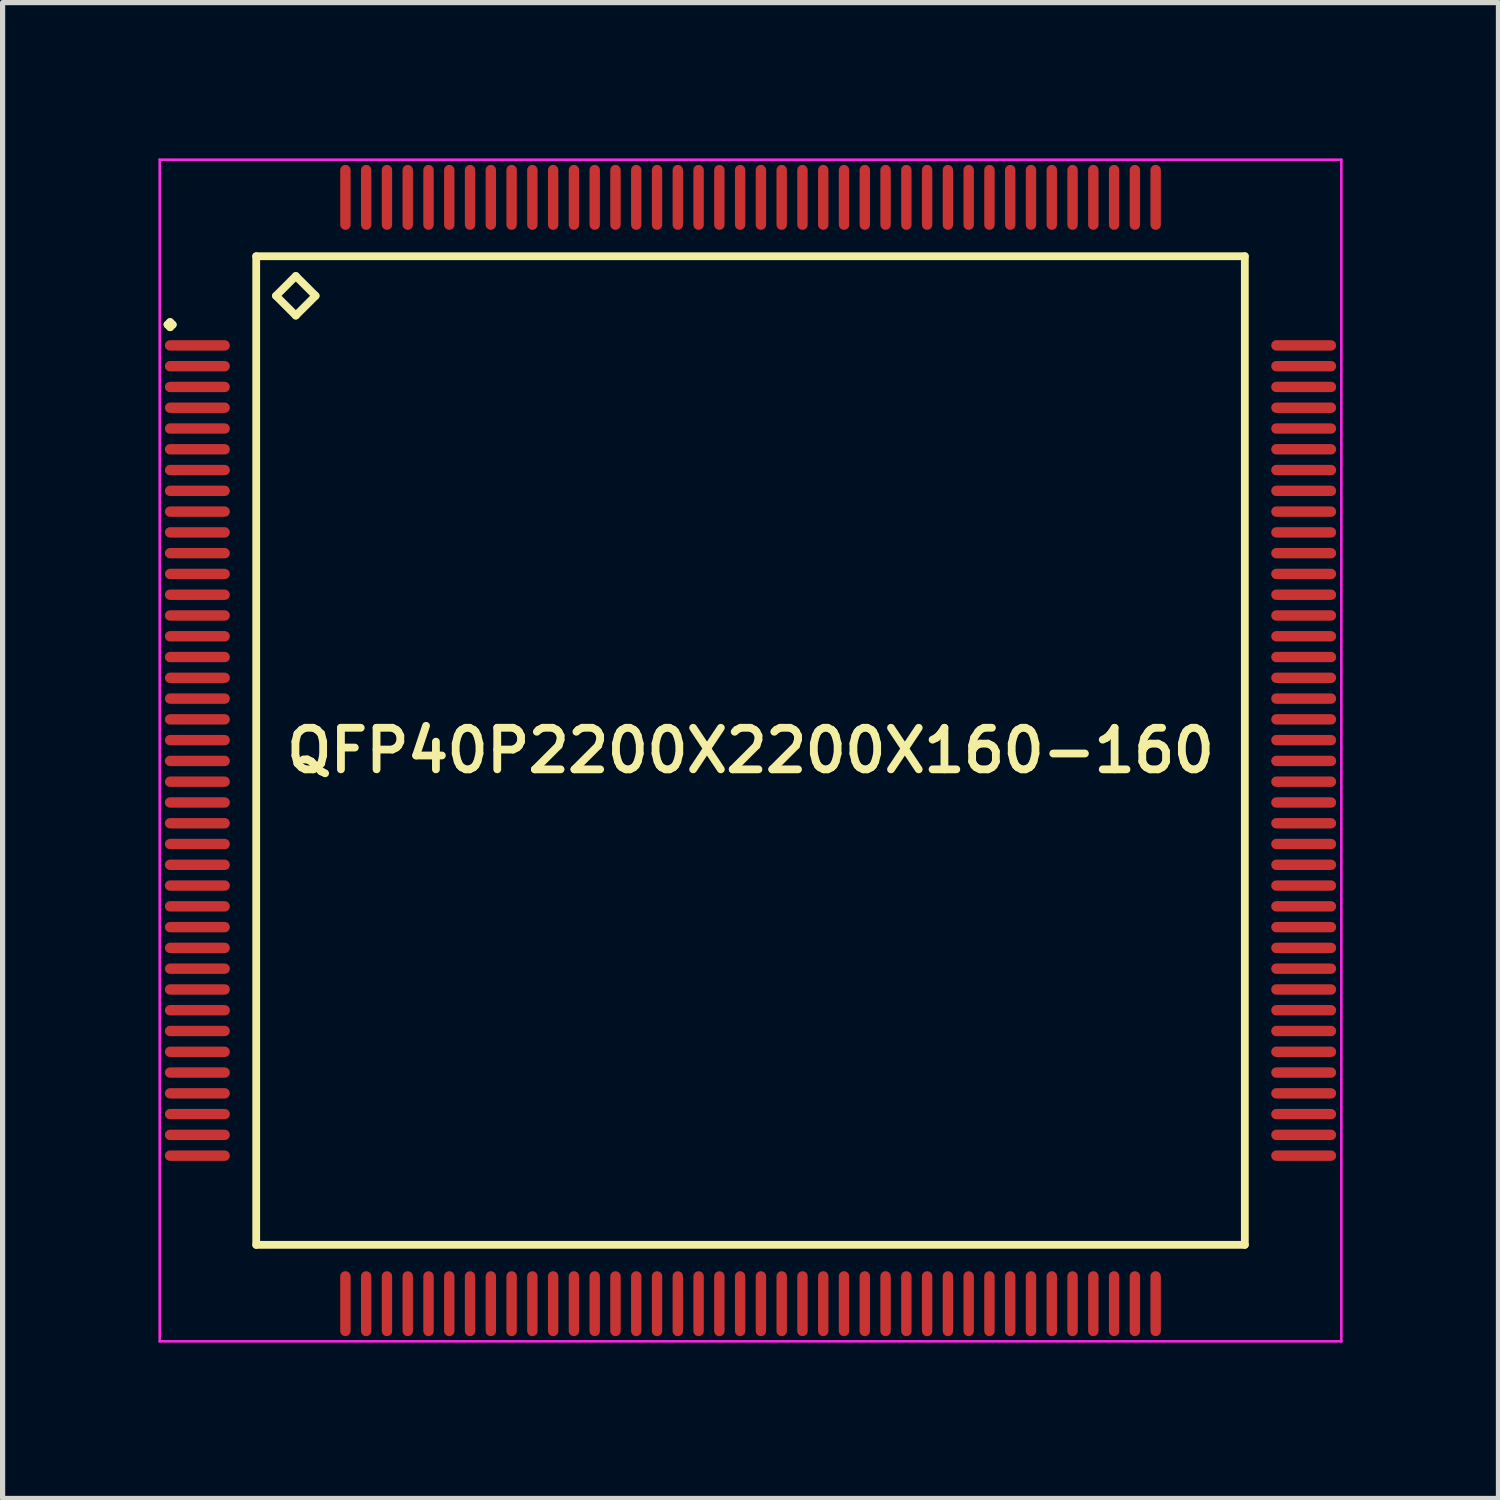
<source format=kicad_pcb>
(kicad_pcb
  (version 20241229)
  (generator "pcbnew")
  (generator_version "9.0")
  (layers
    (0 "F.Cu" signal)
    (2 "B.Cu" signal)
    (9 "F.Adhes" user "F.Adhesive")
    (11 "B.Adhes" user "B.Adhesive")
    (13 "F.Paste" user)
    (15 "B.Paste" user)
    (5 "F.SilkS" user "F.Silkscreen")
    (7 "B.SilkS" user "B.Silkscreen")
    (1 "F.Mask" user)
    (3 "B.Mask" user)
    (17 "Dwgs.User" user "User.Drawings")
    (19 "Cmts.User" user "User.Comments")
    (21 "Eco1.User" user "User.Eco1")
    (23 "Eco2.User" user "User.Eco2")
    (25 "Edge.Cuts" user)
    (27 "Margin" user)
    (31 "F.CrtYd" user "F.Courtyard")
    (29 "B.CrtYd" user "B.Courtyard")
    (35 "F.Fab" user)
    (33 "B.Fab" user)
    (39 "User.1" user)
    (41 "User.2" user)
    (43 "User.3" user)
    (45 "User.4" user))
  (footprint "QFP40P2200X2200X160-160"
    (layer "F.Cu")
    (at 11.4 11.4)
    (property "Reference" "QFP40P2200X2200X160-160" (at 0 0 0) (layer "F.SilkS") (effects (font (size 0.8 0.8) (thickness 0.15))))
    (attr smd)
    (fp_line (start -11.225 -8.2) (end -11.175 -8.25) (stroke (width 0.15) (type solid)) (layer "F.SilkS"))
    (fp_line (start -11.175 -8.25) (end -11.125 -8.2) (stroke (width 0.15) (type solid)) (layer "F.SilkS"))
    (fp_line (start -11.175 -8.15) (end -11.225 -8.2) (stroke (width 0.15) (type solid)) (layer "F.SilkS"))
    (fp_line (start -11.125 -8.2) (end -11.175 -8.15) (stroke (width 0.15) (type solid)) (layer "F.SilkS"))
    (fp_line (start -9.517 -9.517) (end -9.517 9.517) (stroke (width 0.15) (type solid)) (layer "F.SilkS"))
    (fp_line (start -9.517 9.517) (end 9.517 9.517) (stroke (width 0.15) (type solid)) (layer "F.SilkS"))
    (fp_line (start -9.136 -8.755) (end -8.755 -9.136) (stroke (width 0.15) (type solid)) (layer "F.SilkS"))
    (fp_line (start -8.755 -9.136) (end -8.374 -8.755) (stroke (width 0.15) (type solid)) (layer "F.SilkS"))
    (fp_line (start -8.755 -8.374) (end -9.136 -8.755) (stroke (width 0.15) (type solid)) (layer "F.SilkS"))
    (fp_line (start -8.374 -8.755) (end -8.755 -8.374) (stroke (width 0.15) (type solid)) (layer "F.SilkS"))
    (fp_line (start 9.517 -9.517) (end -9.517 -9.517) (stroke (width 0.15) (type solid)) (layer "F.SilkS"))
    (fp_line (start 9.517 9.517) (end 9.517 -9.517) (stroke (width 0.15) (type solid)) (layer "F.SilkS"))
    (fp_line (start -11.375 -11.375) (end 11.375 -11.375) (stroke (width 0.05) (type solid)) (layer "F.CrtYd"))
    (fp_line (start -11.375 11.375) (end -11.375 -11.375) (stroke (width 0.05) (type solid)) (layer "F.CrtYd"))
    (fp_line (start 11.375 -11.375) (end 11.375 11.375) (stroke (width 0.05) (type solid)) (layer "F.CrtYd"))
    (fp_line (start 11.375 11.375) (end -11.375 11.375) (stroke (width 0.05) (type solid)) (layer "F.CrtYd"))
    (pad "1" smd oval (at -10.65 -7.8) (size 1.25 0.2) (layers "F.Cu" "F.Mask" "F.Paste"))
    (pad "2" smd oval (at -10.65 -7.4) (size 1.25 0.2) (layers "F.Cu" "F.Mask" "F.Paste"))
    (pad "3" smd oval (at -10.65 -7) (size 1.25 0.2) (layers "F.Cu" "F.Mask" "F.Paste"))
    (pad "4" smd oval (at -10.65 -6.6) (size 1.25 0.2) (layers "F.Cu" "F.Mask" "F.Paste"))
    (pad "5" smd oval (at -10.65 -6.2) (size 1.25 0.2) (layers "F.Cu" "F.Mask" "F.Paste"))
    (pad "6" smd oval (at -10.65 -5.8) (size 1.25 0.2) (layers "F.Cu" "F.Mask" "F.Paste"))
    (pad "7" smd oval (at -10.65 -5.4) (size 1.25 0.2) (layers "F.Cu" "F.Mask" "F.Paste"))
    (pad "8" smd oval (at -10.65 -5) (size 1.25 0.2) (layers "F.Cu" "F.Mask" "F.Paste"))
    (pad "9" smd oval (at -10.65 -4.6) (size 1.25 0.2) (layers "F.Cu" "F.Mask" "F.Paste"))
    (pad "10" smd oval (at -10.65 -4.2) (size 1.25 0.2) (layers "F.Cu" "F.Mask" "F.Paste"))
    (pad "11" smd oval (at -10.65 -3.8) (size 1.25 0.2) (layers "F.Cu" "F.Mask" "F.Paste"))
    (pad "12" smd oval (at -10.65 -3.4) (size 1.25 0.2) (layers "F.Cu" "F.Mask" "F.Paste"))
    (pad "13" smd oval (at -10.65 -3) (size 1.25 0.2) (layers "F.Cu" "F.Mask" "F.Paste"))
    (pad "14" smd oval (at -10.65 -2.6) (size 1.25 0.2) (layers "F.Cu" "F.Mask" "F.Paste"))
    (pad "15" smd oval (at -10.65 -2.2) (size 1.25 0.2) (layers "F.Cu" "F.Mask" "F.Paste"))
    (pad "16" smd oval (at -10.65 -1.8) (size 1.25 0.2) (layers "F.Cu" "F.Mask" "F.Paste"))
    (pad "17" smd oval (at -10.65 -1.4) (size 1.25 0.2) (layers "F.Cu" "F.Mask" "F.Paste"))
    (pad "18" smd oval (at -10.65 -1) (size 1.25 0.2) (layers "F.Cu" "F.Mask" "F.Paste"))
    (pad "19" smd oval (at -10.65 -0.6) (size 1.25 0.2) (layers "F.Cu" "F.Mask" "F.Paste"))
    (pad "20" smd oval (at -10.65 -0.2) (size 1.25 0.2) (layers "F.Cu" "F.Mask" "F.Paste"))
    (pad "21" smd oval (at -10.65 0.2) (size 1.25 0.2) (layers "F.Cu" "F.Mask" "F.Paste"))
    (pad "22" smd oval (at -10.65 0.6) (size 1.25 0.2) (layers "F.Cu" "F.Mask" "F.Paste"))
    (pad "23" smd oval (at -10.65 1) (size 1.25 0.2) (layers "F.Cu" "F.Mask" "F.Paste"))
    (pad "24" smd oval (at -10.65 1.4) (size 1.25 0.2) (layers "F.Cu" "F.Mask" "F.Paste"))
    (pad "25" smd oval (at -10.65 1.8) (size 1.25 0.2) (layers "F.Cu" "F.Mask" "F.Paste"))
    (pad "26" smd oval (at -10.65 2.2) (size 1.25 0.2) (layers "F.Cu" "F.Mask" "F.Paste"))
    (pad "27" smd oval (at -10.65 2.6) (size 1.25 0.2) (layers "F.Cu" "F.Mask" "F.Paste"))
    (pad "28" smd oval (at -10.65 3) (size 1.25 0.2) (layers "F.Cu" "F.Mask" "F.Paste"))
    (pad "29" smd oval (at -10.65 3.4) (size 1.25 0.2) (layers "F.Cu" "F.Mask" "F.Paste"))
    (pad "30" smd oval (at -10.65 3.8) (size 1.25 0.2) (layers "F.Cu" "F.Mask" "F.Paste"))
    (pad "31" smd oval (at -10.65 4.2) (size 1.25 0.2) (layers "F.Cu" "F.Mask" "F.Paste"))
    (pad "32" smd oval (at -10.65 4.6) (size 1.25 0.2) (layers "F.Cu" "F.Mask" "F.Paste"))
    (pad "33" smd oval (at -10.65 5) (size 1.25 0.2) (layers "F.Cu" "F.Mask" "F.Paste"))
    (pad "34" smd oval (at -10.65 5.4) (size 1.25 0.2) (layers "F.Cu" "F.Mask" "F.Paste"))
    (pad "35" smd oval (at -10.65 5.8) (size 1.25 0.2) (layers "F.Cu" "F.Mask" "F.Paste"))
    (pad "36" smd oval (at -10.65 6.2) (size 1.25 0.2) (layers "F.Cu" "F.Mask" "F.Paste"))
    (pad "37" smd oval (at -10.65 6.6) (size 1.25 0.2) (layers "F.Cu" "F.Mask" "F.Paste"))
    (pad "38" smd oval (at -10.65 7) (size 1.25 0.2) (layers "F.Cu" "F.Mask" "F.Paste"))
    (pad "39" smd oval (at -10.65 7.4) (size 1.25 0.2) (layers "F.Cu" "F.Mask" "F.Paste"))
    (pad "40" smd oval (at -10.65 7.8) (size 1.25 0.2) (layers "F.Cu" "F.Mask" "F.Paste"))
    (pad "41" smd oval (at -7.8 10.65) (size 0.2 1.25) (layers "F.Cu" "F.Mask" "F.Paste"))
    (pad "42" smd oval (at -7.4 10.65) (size 0.2 1.25) (layers "F.Cu" "F.Mask" "F.Paste"))
    (pad "43" smd oval (at -7 10.65) (size 0.2 1.25) (layers "F.Cu" "F.Mask" "F.Paste"))
    (pad "44" smd oval (at -6.6 10.65) (size 0.2 1.25) (layers "F.Cu" "F.Mask" "F.Paste"))
    (pad "45" smd oval (at -6.2 10.65) (size 0.2 1.25) (layers "F.Cu" "F.Mask" "F.Paste"))
    (pad "46" smd oval (at -5.8 10.65) (size 0.2 1.25) (layers "F.Cu" "F.Mask" "F.Paste"))
    (pad "47" smd oval (at -5.4 10.65) (size 0.2 1.25) (layers "F.Cu" "F.Mask" "F.Paste"))
    (pad "48" smd oval (at -5 10.65) (size 0.2 1.25) (layers "F.Cu" "F.Mask" "F.Paste"))
    (pad "49" smd oval (at -4.6 10.65) (size 0.2 1.25) (layers "F.Cu" "F.Mask" "F.Paste"))
    (pad "50" smd oval (at -4.2 10.65) (size 0.2 1.25) (layers "F.Cu" "F.Mask" "F.Paste"))
    (pad "51" smd oval (at -3.8 10.65) (size 0.2 1.25) (layers "F.Cu" "F.Mask" "F.Paste"))
    (pad "52" smd oval (at -3.4 10.65) (size 0.2 1.25) (layers "F.Cu" "F.Mask" "F.Paste"))
    (pad "53" smd oval (at -3 10.65) (size 0.2 1.25) (layers "F.Cu" "F.Mask" "F.Paste"))
    (pad "54" smd oval (at -2.6 10.65) (size 0.2 1.25) (layers "F.Cu" "F.Mask" "F.Paste"))
    (pad "55" smd oval (at -2.2 10.65) (size 0.2 1.25) (layers "F.Cu" "F.Mask" "F.Paste"))
    (pad "56" smd oval (at -1.8 10.65) (size 0.2 1.25) (layers "F.Cu" "F.Mask" "F.Paste"))
    (pad "57" smd oval (at -1.4 10.65) (size 0.2 1.25) (layers "F.Cu" "F.Mask" "F.Paste"))
    (pad "58" smd oval (at -1 10.65) (size 0.2 1.25) (layers "F.Cu" "F.Mask" "F.Paste"))
    (pad "59" smd oval (at -0.6 10.65) (size 0.2 1.25) (layers "F.Cu" "F.Mask" "F.Paste"))
    (pad "60" smd oval (at -0.2 10.65) (size 0.2 1.25) (layers "F.Cu" "F.Mask" "F.Paste"))
    (pad "61" smd oval (at 0.2 10.65) (size 0.2 1.25) (layers "F.Cu" "F.Mask" "F.Paste"))
    (pad "62" smd oval (at 0.6 10.65) (size 0.2 1.25) (layers "F.Cu" "F.Mask" "F.Paste"))
    (pad "63" smd oval (at 1 10.65) (size 0.2 1.25) (layers "F.Cu" "F.Mask" "F.Paste"))
    (pad "64" smd oval (at 1.4 10.65) (size 0.2 1.25) (layers "F.Cu" "F.Mask" "F.Paste"))
    (pad "65" smd oval (at 1.8 10.65) (size 0.2 1.25) (layers "F.Cu" "F.Mask" "F.Paste"))
    (pad "66" smd oval (at 2.2 10.65) (size 0.2 1.25) (layers "F.Cu" "F.Mask" "F.Paste"))
    (pad "67" smd oval (at 2.6 10.65) (size 0.2 1.25) (layers "F.Cu" "F.Mask" "F.Paste"))
    (pad "68" smd oval (at 3 10.65) (size 0.2 1.25) (layers "F.Cu" "F.Mask" "F.Paste"))
    (pad "69" smd oval (at 3.4 10.65) (size 0.2 1.25) (layers "F.Cu" "F.Mask" "F.Paste"))
    (pad "70" smd oval (at 3.8 10.65) (size 0.2 1.25) (layers "F.Cu" "F.Mask" "F.Paste"))
    (pad "71" smd oval (at 4.2 10.65) (size 0.2 1.25) (layers "F.Cu" "F.Mask" "F.Paste"))
    (pad "72" smd oval (at 4.6 10.65) (size 0.2 1.25) (layers "F.Cu" "F.Mask" "F.Paste"))
    (pad "73" smd oval (at 5 10.65) (size 0.2 1.25) (layers "F.Cu" "F.Mask" "F.Paste"))
    (pad "74" smd oval (at 5.4 10.65) (size 0.2 1.25) (layers "F.Cu" "F.Mask" "F.Paste"))
    (pad "75" smd oval (at 5.8 10.65) (size 0.2 1.25) (layers "F.Cu" "F.Mask" "F.Paste"))
    (pad "76" smd oval (at 6.2 10.65) (size 0.2 1.25) (layers "F.Cu" "F.Mask" "F.Paste"))
    (pad "77" smd oval (at 6.6 10.65) (size 0.2 1.25) (layers "F.Cu" "F.Mask" "F.Paste"))
    (pad "78" smd oval (at 7 10.65) (size 0.2 1.25) (layers "F.Cu" "F.Mask" "F.Paste"))
    (pad "79" smd oval (at 7.4 10.65) (size 0.2 1.25) (layers "F.Cu" "F.Mask" "F.Paste"))
    (pad "80" smd oval (at 7.8 10.65) (size 0.2 1.25) (layers "F.Cu" "F.Mask" "F.Paste"))
    (pad "81" smd oval (at 10.65 7.8) (size 1.25 0.2) (layers "F.Cu" "F.Mask" "F.Paste"))
    (pad "82" smd oval (at 10.65 7.4) (size 1.25 0.2) (layers "F.Cu" "F.Mask" "F.Paste"))
    (pad "83" smd oval (at 10.65 7) (size 1.25 0.2) (layers "F.Cu" "F.Mask" "F.Paste"))
    (pad "84" smd oval (at 10.65 6.6) (size 1.25 0.2) (layers "F.Cu" "F.Mask" "F.Paste"))
    (pad "85" smd oval (at 10.65 6.2) (size 1.25 0.2) (layers "F.Cu" "F.Mask" "F.Paste"))
    (pad "86" smd oval (at 10.65 5.8) (size 1.25 0.2) (layers "F.Cu" "F.Mask" "F.Paste"))
    (pad "87" smd oval (at 10.65 5.4) (size 1.25 0.2) (layers "F.Cu" "F.Mask" "F.Paste"))
    (pad "88" smd oval (at 10.65 5) (size 1.25 0.2) (layers "F.Cu" "F.Mask" "F.Paste"))
    (pad "89" smd oval (at 10.65 4.6) (size 1.25 0.2) (layers "F.Cu" "F.Mask" "F.Paste"))
    (pad "90" smd oval (at 10.65 4.2) (size 1.25 0.2) (layers "F.Cu" "F.Mask" "F.Paste"))
    (pad "91" smd oval (at 10.65 3.8) (size 1.25 0.2) (layers "F.Cu" "F.Mask" "F.Paste"))
    (pad "92" smd oval (at 10.65 3.4) (size 1.25 0.2) (layers "F.Cu" "F.Mask" "F.Paste"))
    (pad "93" smd oval (at 10.65 3) (size 1.25 0.2) (layers "F.Cu" "F.Mask" "F.Paste"))
    (pad "94" smd oval (at 10.65 2.6) (size 1.25 0.2) (layers "F.Cu" "F.Mask" "F.Paste"))
    (pad "95" smd oval (at 10.65 2.2) (size 1.25 0.2) (layers "F.Cu" "F.Mask" "F.Paste"))
    (pad "96" smd oval (at 10.65 1.8) (size 1.25 0.2) (layers "F.Cu" "F.Mask" "F.Paste"))
    (pad "97" smd oval (at 10.65 1.4) (size 1.25 0.2) (layers "F.Cu" "F.Mask" "F.Paste"))
    (pad "98" smd oval (at 10.65 1) (size 1.25 0.2) (layers "F.Cu" "F.Mask" "F.Paste"))
    (pad "99" smd oval (at 10.65 0.6) (size 1.25 0.2) (layers "F.Cu" "F.Mask" "F.Paste"))
    (pad "100" smd oval (at 10.65 0.2) (size 1.25 0.2) (layers "F.Cu" "F.Mask" "F.Paste"))
    (pad "101" smd oval (at 10.65 -0.2) (size 1.25 0.2) (layers "F.Cu" "F.Mask" "F.Paste"))
    (pad "102" smd oval (at 10.65 -0.6) (size 1.25 0.2) (layers "F.Cu" "F.Mask" "F.Paste"))
    (pad "103" smd oval (at 10.65 -1) (size 1.25 0.2) (layers "F.Cu" "F.Mask" "F.Paste"))
    (pad "104" smd oval (at 10.65 -1.4) (size 1.25 0.2) (layers "F.Cu" "F.Mask" "F.Paste"))
    (pad "105" smd oval (at 10.65 -1.8) (size 1.25 0.2) (layers "F.Cu" "F.Mask" "F.Paste"))
    (pad "106" smd oval (at 10.65 -2.2) (size 1.25 0.2) (layers "F.Cu" "F.Mask" "F.Paste"))
    (pad "107" smd oval (at 10.65 -2.6) (size 1.25 0.2) (layers "F.Cu" "F.Mask" "F.Paste"))
    (pad "108" smd oval (at 10.65 -3) (size 1.25 0.2) (layers "F.Cu" "F.Mask" "F.Paste"))
    (pad "109" smd oval (at 10.65 -3.4) (size 1.25 0.2) (layers "F.Cu" "F.Mask" "F.Paste"))
    (pad "110" smd oval (at 10.65 -3.8) (size 1.25 0.2) (layers "F.Cu" "F.Mask" "F.Paste"))
    (pad "111" smd oval (at 10.65 -4.2) (size 1.25 0.2) (layers "F.Cu" "F.Mask" "F.Paste"))
    (pad "112" smd oval (at 10.65 -4.6) (size 1.25 0.2) (layers "F.Cu" "F.Mask" "F.Paste"))
    (pad "113" smd oval (at 10.65 -5) (size 1.25 0.2) (layers "F.Cu" "F.Mask" "F.Paste"))
    (pad "114" smd oval (at 10.65 -5.4) (size 1.25 0.2) (layers "F.Cu" "F.Mask" "F.Paste"))
    (pad "115" smd oval (at 10.65 -5.8) (size 1.25 0.2) (layers "F.Cu" "F.Mask" "F.Paste"))
    (pad "116" smd oval (at 10.65 -6.2) (size 1.25 0.2) (layers "F.Cu" "F.Mask" "F.Paste"))
    (pad "117" smd oval (at 10.65 -6.6) (size 1.25 0.2) (layers "F.Cu" "F.Mask" "F.Paste"))
    (pad "118" smd oval (at 10.65 -7) (size 1.25 0.2) (layers "F.Cu" "F.Mask" "F.Paste"))
    (pad "119" smd oval (at 10.65 -7.4) (size 1.25 0.2) (layers "F.Cu" "F.Mask" "F.Paste"))
    (pad "120" smd oval (at 10.65 -7.8) (size 1.25 0.2) (layers "F.Cu" "F.Mask" "F.Paste"))
    (pad "121" smd oval (at 7.8 -10.65) (size 0.2 1.25) (layers "F.Cu" "F.Mask" "F.Paste"))
    (pad "122" smd oval (at 7.4 -10.65) (size 0.2 1.25) (layers "F.Cu" "F.Mask" "F.Paste"))
    (pad "123" smd oval (at 7 -10.65) (size 0.2 1.25) (layers "F.Cu" "F.Mask" "F.Paste"))
    (pad "124" smd oval (at 6.6 -10.65) (size 0.2 1.25) (layers "F.Cu" "F.Mask" "F.Paste"))
    (pad "125" smd oval (at 6.2 -10.65) (size 0.2 1.25) (layers "F.Cu" "F.Mask" "F.Paste"))
    (pad "126" smd oval (at 5.8 -10.65) (size 0.2 1.25) (layers "F.Cu" "F.Mask" "F.Paste"))
    (pad "127" smd oval (at 5.4 -10.65) (size 0.2 1.25) (layers "F.Cu" "F.Mask" "F.Paste"))
    (pad "128" smd oval (at 5 -10.65) (size 0.2 1.25) (layers "F.Cu" "F.Mask" "F.Paste"))
    (pad "129" smd oval (at 4.6 -10.65) (size 0.2 1.25) (layers "F.Cu" "F.Mask" "F.Paste"))
    (pad "130" smd oval (at 4.2 -10.65) (size 0.2 1.25) (layers "F.Cu" "F.Mask" "F.Paste"))
    (pad "131" smd oval (at 3.8 -10.65) (size 0.2 1.25) (layers "F.Cu" "F.Mask" "F.Paste"))
    (pad "132" smd oval (at 3.4 -10.65) (size 0.2 1.25) (layers "F.Cu" "F.Mask" "F.Paste"))
    (pad "133" smd oval (at 3 -10.65) (size 0.2 1.25) (layers "F.Cu" "F.Mask" "F.Paste"))
    (pad "134" smd oval (at 2.6 -10.65) (size 0.2 1.25) (layers "F.Cu" "F.Mask" "F.Paste"))
    (pad "135" smd oval (at 2.2 -10.65) (size 0.2 1.25) (layers "F.Cu" "F.Mask" "F.Paste"))
    (pad "136" smd oval (at 1.8 -10.65) (size 0.2 1.25) (layers "F.Cu" "F.Mask" "F.Paste"))
    (pad "137" smd oval (at 1.4 -10.65) (size 0.2 1.25) (layers "F.Cu" "F.Mask" "F.Paste"))
    (pad "138" smd oval (at 1 -10.65) (size 0.2 1.25) (layers "F.Cu" "F.Mask" "F.Paste"))
    (pad "139" smd oval (at 0.6 -10.65) (size 0.2 1.25) (layers "F.Cu" "F.Mask" "F.Paste"))
    (pad "140" smd oval (at 0.2 -10.65) (size 0.2 1.25) (layers "F.Cu" "F.Mask" "F.Paste"))
    (pad "141" smd oval (at -0.2 -10.65) (size 0.2 1.25) (layers "F.Cu" "F.Mask" "F.Paste"))
    (pad "142" smd oval (at -0.6 -10.65) (size 0.2 1.25) (layers "F.Cu" "F.Mask" "F.Paste"))
    (pad "143" smd oval (at -1 -10.65) (size 0.2 1.25) (layers "F.Cu" "F.Mask" "F.Paste"))
    (pad "144" smd oval (at -1.4 -10.65) (size 0.2 1.25) (layers "F.Cu" "F.Mask" "F.Paste"))
    (pad "145" smd oval (at -1.8 -10.65) (size 0.2 1.25) (layers "F.Cu" "F.Mask" "F.Paste"))
    (pad "146" smd oval (at -2.2 -10.65) (size 0.2 1.25) (layers "F.Cu" "F.Mask" "F.Paste"))
    (pad "147" smd oval (at -2.6 -10.65) (size 0.2 1.25) (layers "F.Cu" "F.Mask" "F.Paste"))
    (pad "148" smd oval (at -3 -10.65) (size 0.2 1.25) (layers "F.Cu" "F.Mask" "F.Paste"))
    (pad "149" smd oval (at -3.4 -10.65) (size 0.2 1.25) (layers "F.Cu" "F.Mask" "F.Paste"))
    (pad "150" smd oval (at -3.8 -10.65) (size 0.2 1.25) (layers "F.Cu" "F.Mask" "F.Paste"))
    (pad "151" smd oval (at -4.2 -10.65) (size 0.2 1.25) (layers "F.Cu" "F.Mask" "F.Paste"))
    (pad "152" smd oval (at -4.6 -10.65) (size 0.2 1.25) (layers "F.Cu" "F.Mask" "F.Paste"))
    (pad "153" smd oval (at -5 -10.65) (size 0.2 1.25) (layers "F.Cu" "F.Mask" "F.Paste"))
    (pad "154" smd oval (at -5.4 -10.65) (size 0.2 1.25) (layers "F.Cu" "F.Mask" "F.Paste"))
    (pad "155" smd oval (at -5.8 -10.65) (size 0.2 1.25) (layers "F.Cu" "F.Mask" "F.Paste"))
    (pad "156" smd oval (at -6.2 -10.65) (size 0.2 1.25) (layers "F.Cu" "F.Mask" "F.Paste"))
    (pad "157" smd oval (at -6.6 -10.65) (size 0.2 1.25) (layers "F.Cu" "F.Mask" "F.Paste"))
    (pad "158" smd oval (at -7 -10.65) (size 0.2 1.25) (layers "F.Cu" "F.Mask" "F.Paste"))
    (pad "159" smd oval (at -7.4 -10.65) (size 0.2 1.25) (layers "F.Cu" "F.Mask" "F.Paste"))
    (pad "160" smd oval (at -7.8 -10.65) (size 0.2 1.25) (layers "F.Cu" "F.Mask" "F.Paste")))
  (gr_rect
    (start -3 -3)
    (end 25.8 25.8)
    (stroke (width 0.1) (type default))
    (fill no)
    (layer "Edge.Cuts")))
</source>
